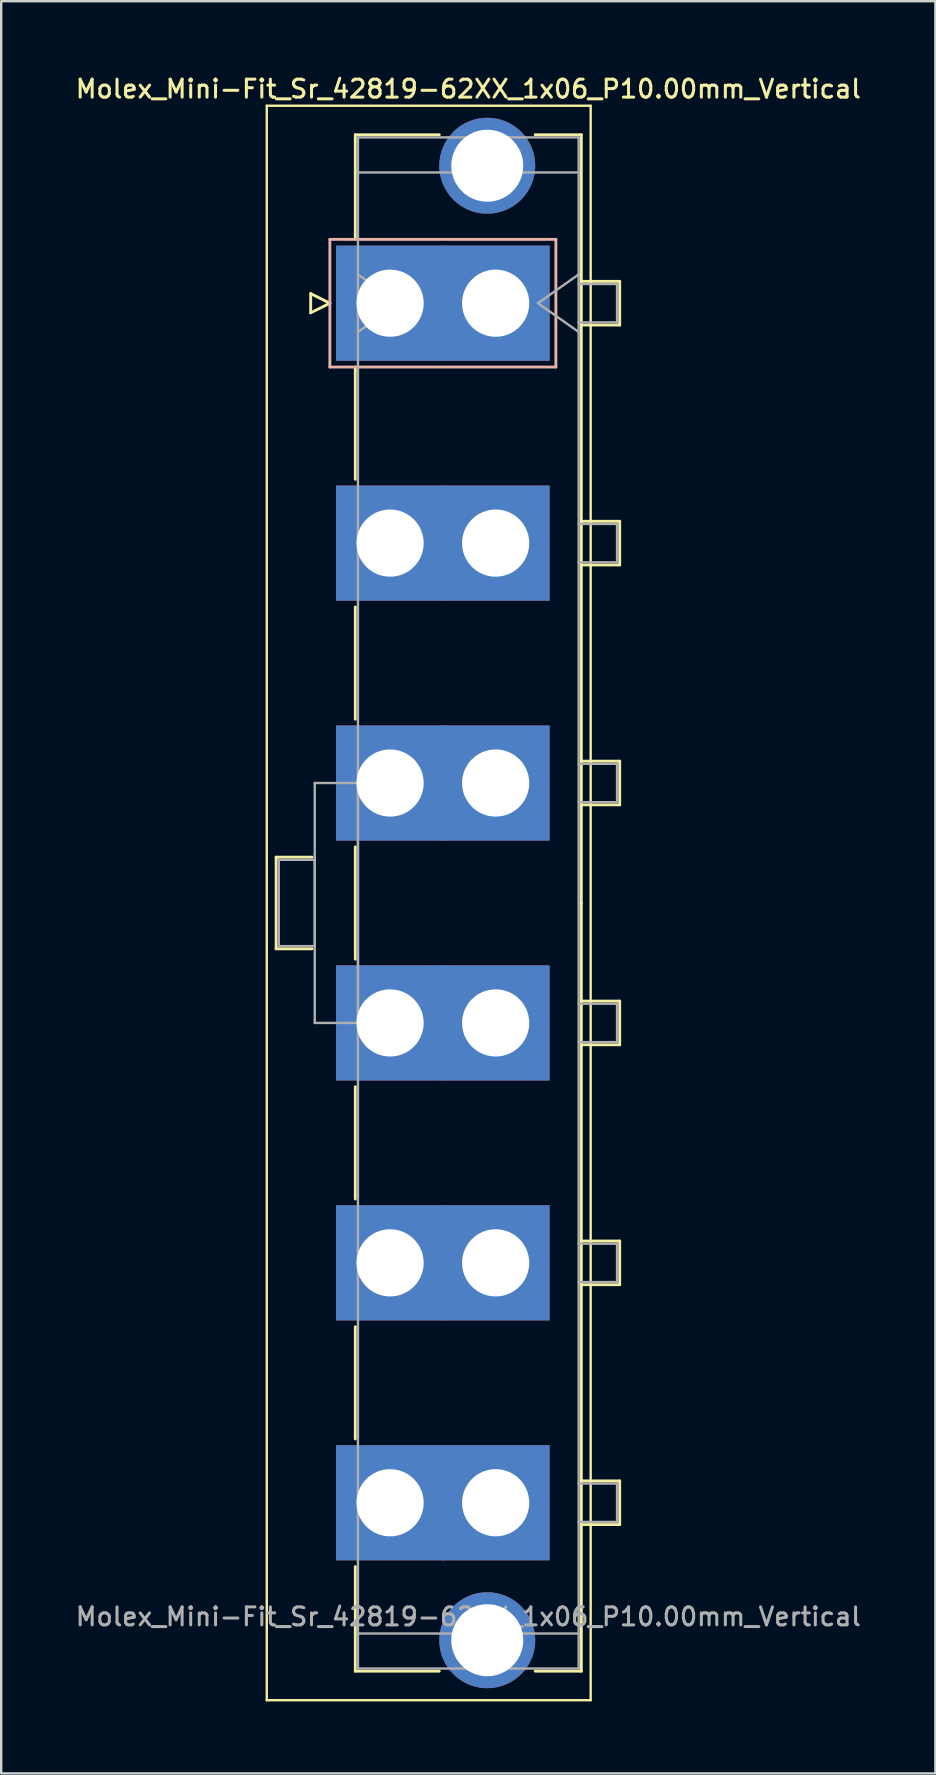
<source format=kicad_pcb>
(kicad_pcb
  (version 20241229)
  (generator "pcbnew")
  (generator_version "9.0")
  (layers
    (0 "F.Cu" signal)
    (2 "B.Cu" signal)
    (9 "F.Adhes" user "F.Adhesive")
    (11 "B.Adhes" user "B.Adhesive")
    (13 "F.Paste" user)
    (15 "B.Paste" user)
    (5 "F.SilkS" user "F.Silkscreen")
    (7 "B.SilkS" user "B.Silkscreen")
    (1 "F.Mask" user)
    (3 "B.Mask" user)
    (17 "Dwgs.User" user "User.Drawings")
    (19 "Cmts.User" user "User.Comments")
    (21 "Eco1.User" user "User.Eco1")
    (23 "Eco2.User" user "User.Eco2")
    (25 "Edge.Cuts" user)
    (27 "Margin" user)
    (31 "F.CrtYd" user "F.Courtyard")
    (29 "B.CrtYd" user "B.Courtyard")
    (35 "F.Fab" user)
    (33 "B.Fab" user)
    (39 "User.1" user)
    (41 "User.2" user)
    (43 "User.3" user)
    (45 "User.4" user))
  (footprint "Molex_Mini-Fit_Sr_42819-62XX_1x06_P10.00mm_Vertical"
    (layer "F.Cu")
    (at 13.21 9.588)
    (property "Reference" "Molex_Mini-Fit_Sr_42819-62XX_1x06_P10.00mm_Vertical" (at 3.26 -8.93 0) (layer "F.SilkS") (effects (font (size 0.75 0.75) (thickness 0.125))))
    (attr through_hole)
    (fp_line (start -5.14 -8.23) (end -5.14 58.23) (stroke (width 0.1) (type solid)) (layer "F.SilkS"))
    (fp_line (start -5.14 58.23) (end 8.36 58.23) (stroke (width 0.1) (type solid)) (layer "F.SilkS"))
    (fp_line (start -4.75 23.09) (end -4.75 26.91) (stroke (width 0.12) (type solid)) (layer "F.SilkS"))
    (fp_line (start -4.75 26.91) (end -3.25 26.91) (stroke (width 0.12) (type solid)) (layer "F.SilkS"))
    (fp_line (start -3.31 -0.4) (end -3.31 0.4) (stroke (width 0.12) (type solid)) (layer "F.SilkS"))
    (fp_line (start -3.31 0.4) (end -2.51 0) (stroke (width 0.12) (type solid)) (layer "F.SilkS"))
    (fp_line (start -3.25 23.09) (end -4.75 23.09) (stroke (width 0.12) (type solid)) (layer "F.SilkS"))
    (fp_line (start -2.51 0) (end -3.31 -0.4) (stroke (width 0.12) (type solid)) (layer "F.SilkS"))
    (fp_line (start -1.45 -7.02) (end 2.05 -7.02) (stroke (width 0.12) (type solid)) (layer "F.SilkS"))
    (fp_line (start -1.45 -2.66) (end -1.45 -7.02) (stroke (width 0.12) (type solid)) (layer "F.SilkS"))
    (fp_line (start -1.45 2.66) (end -1.45 7.34) (stroke (width 0.12) (type solid)) (layer "F.SilkS"))
    (fp_line (start -1.45 12.66) (end -1.45 17.34) (stroke (width 0.12) (type solid)) (layer "F.SilkS"))
    (fp_line (start -1.45 22.66) (end -1.45 27.34) (stroke (width 0.12) (type solid)) (layer "F.SilkS"))
    (fp_line (start -1.45 32.66) (end -1.45 37.34) (stroke (width 0.12) (type solid)) (layer "F.SilkS"))
    (fp_line (start -1.45 42.66) (end -1.45 47.34) (stroke (width 0.12) (type solid)) (layer "F.SilkS"))
    (fp_line (start -1.45 52.66) (end -1.45 57.02) (stroke (width 0.12) (type solid)) (layer "F.SilkS"))
    (fp_line (start -1.45 57.02) (end 2.05 57.02) (stroke (width 0.12) (type solid)) (layer "F.SilkS"))
    (fp_line (start 6.05 -7.02) (end 7.97 -7.02) (stroke (width 0.12) (type solid)) (layer "F.SilkS"))
    (fp_line (start 6.05 57.02) (end 7.97 57.02) (stroke (width 0.12) (type solid)) (layer "F.SilkS"))
    (fp_line (start 7.97 -7.02) (end 7.97 25) (stroke (width 0.12) (type solid)) (layer "F.SilkS"))
    (fp_line (start 7.97 -0.91) (end 9.57 -0.91) (stroke (width 0.12) (type solid)) (layer "F.SilkS"))
    (fp_line (start 7.97 9.09) (end 9.57 9.09) (stroke (width 0.12) (type solid)) (layer "F.SilkS"))
    (fp_line (start 7.97 19.09) (end 9.57 19.09) (stroke (width 0.12) (type solid)) (layer "F.SilkS"))
    (fp_line (start 7.97 29.09) (end 9.57 29.09) (stroke (width 0.12) (type solid)) (layer "F.SilkS"))
    (fp_line (start 7.97 39.09) (end 9.57 39.09) (stroke (width 0.12) (type solid)) (layer "F.SilkS"))
    (fp_line (start 7.97 49.09) (end 9.57 49.09) (stroke (width 0.12) (type solid)) (layer "F.SilkS"))
    (fp_line (start 7.97 57.02) (end 7.97 25) (stroke (width 0.12) (type solid)) (layer "F.SilkS"))
    (fp_line (start 8.36 -8.23) (end -5.14 -8.23) (stroke (width 0.1) (type solid)) (layer "F.SilkS"))
    (fp_line (start 8.36 58.23) (end 8.36 -8.23) (stroke (width 0.1) (type solid)) (layer "F.SilkS"))
    (fp_line (start 9.57 -0.91) (end 9.57 0.91) (stroke (width 0.12) (type solid)) (layer "F.SilkS"))
    (fp_line (start 9.57 0.91) (end 7.97 0.91) (stroke (width 0.12) (type solid)) (layer "F.SilkS"))
    (fp_line (start 9.57 9.09) (end 9.57 10.91) (stroke (width 0.12) (type solid)) (layer "F.SilkS"))
    (fp_line (start 9.57 10.91) (end 7.97 10.91) (stroke (width 0.12) (type solid)) (layer "F.SilkS"))
    (fp_line (start 9.57 19.09) (end 9.57 20.91) (stroke (width 0.12) (type solid)) (layer "F.SilkS"))
    (fp_line (start 9.57 20.91) (end 7.97 20.91) (stroke (width 0.12) (type solid)) (layer "F.SilkS"))
    (fp_line (start 9.57 29.09) (end 9.57 30.91) (stroke (width 0.12) (type solid)) (layer "F.SilkS"))
    (fp_line (start 9.57 30.91) (end 7.97 30.91) (stroke (width 0.12) (type solid)) (layer "F.SilkS"))
    (fp_line (start 9.57 39.09) (end 9.57 40.91) (stroke (width 0.12) (type solid)) (layer "F.SilkS"))
    (fp_line (start 9.57 40.91) (end 7.97 40.91) (stroke (width 0.12) (type solid)) (layer "F.SilkS"))
    (fp_line (start 9.57 49.09) (end 9.57 50.91) (stroke (width 0.12) (type solid)) (layer "F.SilkS"))
    (fp_line (start 9.57 50.91) (end 7.97 50.91) (stroke (width 0.12) (type solid)) (layer "F.SilkS"))
    (fp_line (start -2.51 -2.66) (end -2.51 2.66) (stroke (width 0.12) (type solid)) (layer "B.SilkS"))
    (fp_line (start -2.51 2.66) (end 6.91 2.66) (stroke (width 0.12) (type solid)) (layer "B.SilkS"))
    (fp_line (start 6.91 -2.66) (end -2.51 -2.66) (stroke (width 0.12) (type solid)) (layer "B.SilkS"))
    (fp_line (start 6.91 2.66) (end 6.91 -2.66) (stroke (width 0.12) (type solid)) (layer "B.SilkS"))
    (fp_line (start -4.64 23.2) (end -3.14 23.2) (stroke (width 0.1) (type solid)) (layer "F.Fab"))
    (fp_line (start -4.64 26.8) (end -4.64 23.2) (stroke (width 0.1) (type solid)) (layer "F.Fab"))
    (fp_line (start -3.14 20) (end -1.34 20) (stroke (width 0.1) (type solid)) (layer "F.Fab"))
    (fp_line (start -3.14 23.2) (end -3.14 26.8) (stroke (width 0.1) (type solid)) (layer "F.Fab"))
    (fp_line (start -3.14 26.8) (end -4.64 26.8) (stroke (width 0.1) (type solid)) (layer "F.Fab"))
    (fp_line (start -3.14 30) (end -3.14 20) (stroke (width 0.1) (type solid)) (layer "F.Fab"))
    (fp_line (start -1.34 -6.91) (end -1.34 56.91) (stroke (width 0.1) (type solid)) (layer "F.Fab"))
    (fp_line (start -1.34 -5.45) (end 7.86 -5.45) (stroke (width 0.1) (type solid)) (layer "F.Fab"))
    (fp_line (start -1.34 -1.2) (end 0.357 0) (stroke (width 0.1) (type solid)) (layer "F.Fab"))
    (fp_line (start -1.34 20) (end -1.34 30) (stroke (width 0.1) (type solid)) (layer "F.Fab"))
    (fp_line (start -1.34 30) (end -3.14 30) (stroke (width 0.1) (type solid)) (layer "F.Fab"))
    (fp_line (start -1.34 55.45) (end 7.86 55.45) (stroke (width 0.1) (type solid)) (layer "F.Fab"))
    (fp_line (start -1.34 56.91) (end 7.86 56.91) (stroke (width 0.1) (type solid)) (layer "F.Fab"))
    (fp_line (start 0.357 0) (end -1.34 1.2) (stroke (width 0.1) (type solid)) (layer "F.Fab"))
    (fp_line (start 6.163 0) (end 7.86 1.2) (stroke (width 0.1) (type solid)) (layer "F.Fab"))
    (fp_line (start 7.86 -6.91) (end -1.34 -6.91) (stroke (width 0.1) (type solid)) (layer "F.Fab"))
    (fp_line (start 7.86 -1.2) (end 6.163 0) (stroke (width 0.1) (type solid)) (layer "F.Fab"))
    (fp_line (start 7.86 -0.8) (end 9.46 -0.8) (stroke (width 0.1) (type solid)) (layer "F.Fab"))
    (fp_line (start 7.86 9.2) (end 9.46 9.2) (stroke (width 0.1) (type solid)) (layer "F.Fab"))
    (fp_line (start 7.86 19.2) (end 9.46 19.2) (stroke (width 0.1) (type solid)) (layer "F.Fab"))
    (fp_line (start 7.86 29.2) (end 9.46 29.2) (stroke (width 0.1) (type solid)) (layer "F.Fab"))
    (fp_line (start 7.86 39.2) (end 9.46 39.2) (stroke (width 0.1) (type solid)) (layer "F.Fab"))
    (fp_line (start 7.86 49.2) (end 9.46 49.2) (stroke (width 0.1) (type solid)) (layer "F.Fab"))
    (fp_line (start 7.86 56.91) (end 7.86 -6.91) (stroke (width 0.1) (type solid)) (layer "F.Fab"))
    (fp_line (start 9.46 -0.8) (end 9.46 0.8) (stroke (width 0.1) (type solid)) (layer "F.Fab"))
    (fp_line (start 9.46 0.8) (end 7.86 0.8) (stroke (width 0.1) (type solid)) (layer "F.Fab"))
    (fp_line (start 9.46 9.2) (end 9.46 10.8) (stroke (width 0.1) (type solid)) (layer "F.Fab"))
    (fp_line (start 9.46 10.8) (end 7.86 10.8) (stroke (width 0.1) (type solid)) (layer "F.Fab"))
    (fp_line (start 9.46 19.2) (end 9.46 20.8) (stroke (width 0.1) (type solid)) (layer "F.Fab"))
    (fp_line (start 9.46 20.8) (end 7.86 20.8) (stroke (width 0.1) (type solid)) (layer "F.Fab"))
    (fp_line (start 9.46 29.2) (end 9.46 30.8) (stroke (width 0.1) (type solid)) (layer "F.Fab"))
    (fp_line (start 9.46 30.8) (end 7.86 30.8) (stroke (width 0.1) (type solid)) (layer "F.Fab"))
    (fp_line (start 9.46 39.2) (end 9.46 40.8) (stroke (width 0.1) (type solid)) (layer "F.Fab"))
    (fp_line (start 9.46 40.8) (end 7.86 40.8) (stroke (width 0.1) (type solid)) (layer "F.Fab"))
    (fp_line (start 9.46 49.2) (end 9.46 50.8) (stroke (width 0.1) (type solid)) (layer "F.Fab"))
    (fp_line (start 9.46 50.8) (end 7.86 50.8) (stroke (width 0.1) (type solid)) (layer "F.Fab"))
    (fp_text user "${REFERENCE}" (at 3.26 54.75 0) (layer "F.Fab") (effects (font (size 0.75 0.75) (thickness 0.125))))
    (pad "" thru_hole circle (at 4.05 -5.73) (size 4 4) (drill 3) (layers "*.Cu" "*.Mask"))
    (pad "" thru_hole circle (at 4.05 55.73) (size 4 4) (drill 3) (layers "*.Cu" "*.Mask"))
    (pad "1" thru_hole rect (at 0 0) (size 4.5 4.8) (drill 2.8) (layers "*.Cu" "*.Mask"))
    (pad "1" thru_hole rect (at 4.4 0) (size 4.5 4.8) (drill 2.8) (layers "*.Cu" "*.Mask"))
    (pad "2" thru_hole rect (at 0 10) (size 4.5 4.8) (drill 2.8) (layers "*.Cu" "*.Mask"))
    (pad "2" thru_hole rect (at 4.4 10) (size 4.5 4.8) (drill 2.8) (layers "*.Cu" "*.Mask"))
    (pad "3" thru_hole rect (at 0 20) (size 4.5 4.8) (drill 2.8) (layers "*.Cu" "*.Mask"))
    (pad "3" thru_hole rect (at 4.4 20) (size 4.5 4.8) (drill 2.8) (layers "*.Cu" "*.Mask"))
    (pad "4" thru_hole rect (at 0 30) (size 4.5 4.8) (drill 2.8) (layers "*.Cu" "*.Mask"))
    (pad "4" thru_hole rect (at 4.4 30) (size 4.5 4.8) (drill 2.8) (layers "*.Cu" "*.Mask"))
    (pad "5" thru_hole rect (at 0 40) (size 4.5 4.8) (drill 2.8) (layers "*.Cu" "*.Mask"))
    (pad "5" thru_hole rect (at 4.4 40) (size 4.5 4.8) (drill 2.8) (layers "*.Cu" "*.Mask"))
    (pad "6" thru_hole rect (at 0 50) (size 4.5 4.8) (drill 2.8) (layers "*.Cu" "*.Mask"))
    (pad "6" thru_hole rect (at 4.4 50) (size 4.5 4.8) (drill 2.8) (layers "*.Cu" "*.Mask")))
  (gr_rect
    (start -3 -3)
    (end 35.939 70.868)
    (stroke (width 0.1) (type default))
    (fill no)
    (layer "Edge.Cuts")))
</source>
